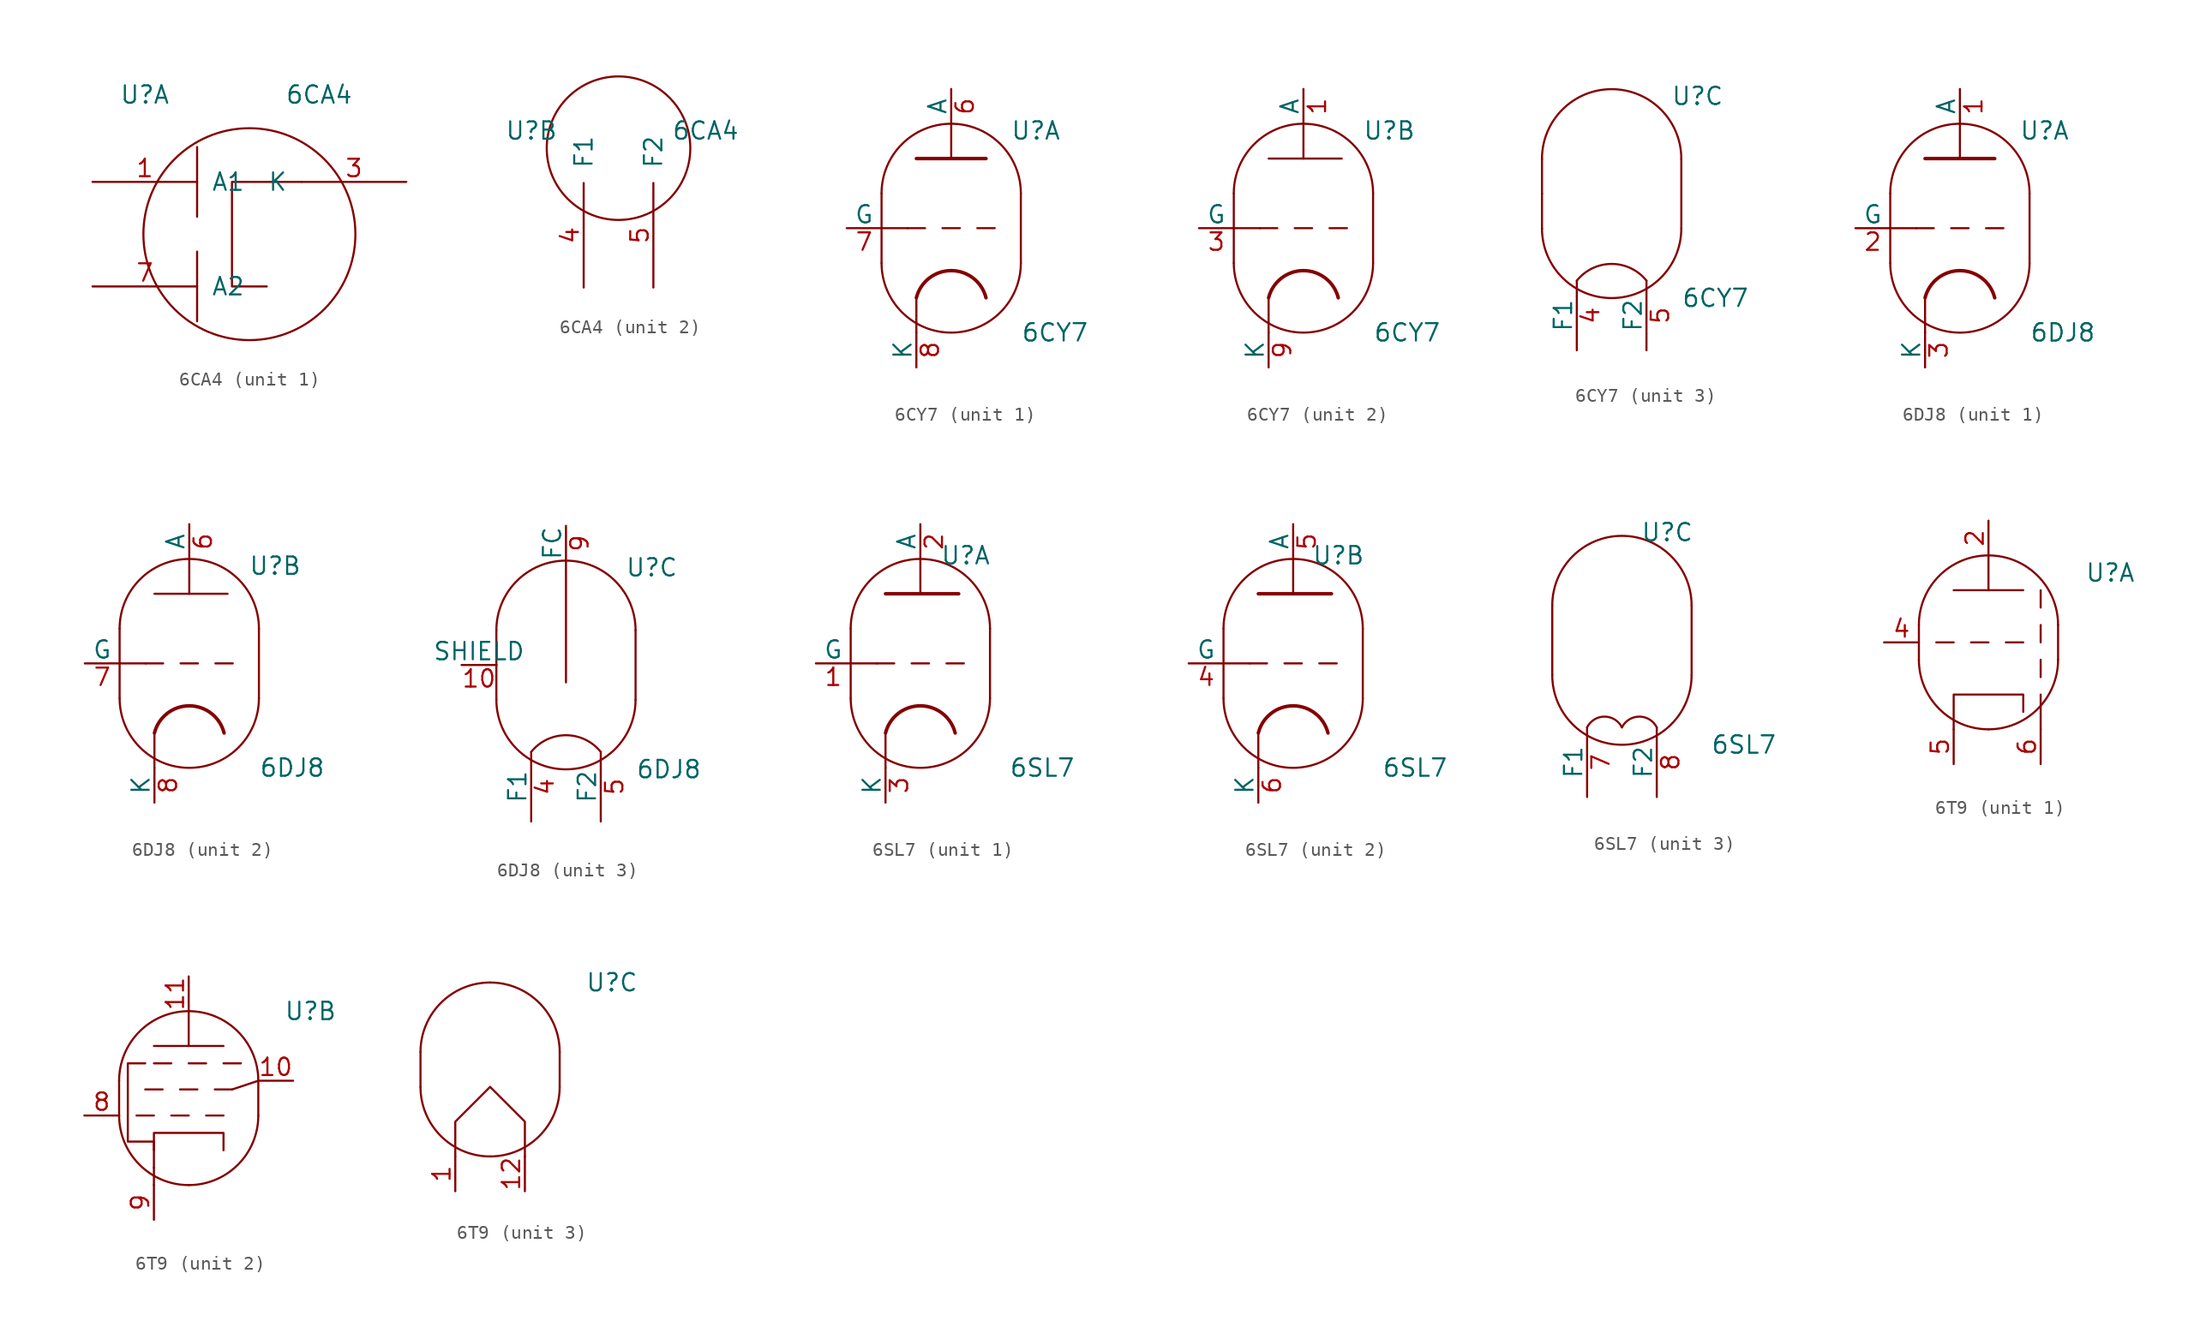
<source format=kicad_sym>
(kicad_symbol_lib
  (version 20220914)
  (generator kicad_symbol_editor)
  (symbol "6CA4"
    (pin_names
      (offset 1.016))
    (property "Reference" "U"
      (at 6.35 6.35 0)
      (effects (font (size 1.27 1.27))))
    (property "Value" "6CA4"
      (at 19.05 6.35 0)
      (effects (font (size 1.27 1.27))))
    (property "ki_locked" ""
      (at 0 0 0)
      (effects (font (size 1.27 1.27))))
    (symbol "6CA4_1_1"
      (polyline (pts (xy 10.16 -10.16) (xy 10.16 -5.08)) (stroke (width 0) (type solid)) (fill (type none)))
      (polyline (pts (xy 10.16 2.54) (xy 10.16 -2.54)) (stroke (width 0) (type solid)) (fill (type none)))
      (polyline (pts (xy 17.78 0) (xy 12.7 0) (xy 12.7 -7.62) (xy 15.24 -7.62)) (stroke (width 0) (type solid)) (fill (type none)))
      (circle (center 13.97 -3.81) (radius 7.722) (stroke (width 0) (type solid)) (fill (type none)))
      (pin passive line (at 2.54 0 0) (length 7.62) (name "A1" (effects (font (size 1.27 1.27)))) (number "1" (effects (font (size 1.27 1.27)))))
      (pin passive line (at 25.4 0 180) (length 7.62) (name "K" (effects (font (size 1.27 1.27)))) (number "3" (effects (font (size 1.27 1.27)))))
      (pin passive line (at 2.54 -7.62 0) (length 7.62) (name "A2" (effects (font (size 1.27 1.27)))) (number "7" (effects (font (size 1.27 1.27))))))
    (symbol "6CA4_2_1"
      (circle (center 12.7 5.08) (radius 5.232) (stroke (width 0) (type solid)) (fill (type none)))
      (pin passive line (at 10.16 -5.08 90) (length 7.62) (name "F1" (effects (font (size 1.27 1.27)))) (number "4" (effects (font (size 1.27 1.27)))))
      (pin passive line (at 15.24 -5.08 90) (length 7.62) (name "F2" (effects (font (size 1.27 1.27)))) (number "5" (effects (font (size 1.27 1.27)))))))
  (symbol "6CY7"
    (pin_names
      (offset 0))
    (property "Reference" "U"
      (at 4.318 7.112 0)
      (effects (font (size 1.27 1.27)) (justify left)))
    (property "Value" "6CY7"
      (at 5.08 -7.62 0)
      (effects (font (size 1.27 1.27)) (justify left)))
    (property "ki_locked" ""
      (at 0 0 0)
      (effects (font (size 1.27 1.27))))
    (symbol "6CY7_0_1"
      (arc (start -5.08 -2.54) (mid 0 -7.5979) (end 5.08 -2.54) (stroke (width 0) (type solid)) (fill (type none)))
      (polyline (pts (xy -5.08 0) (xy -5.08 -2.54)) (stroke (width 0) (type solid)) (fill (type none)))
      (polyline (pts (xy -5.08 2.54) (xy -5.08 0)) (stroke (width 0) (type solid)) (fill (type none)))
      (polyline (pts (xy 5.08 2.54) (xy 5.08 -2.54)) (stroke (width 0) (type solid)) (fill (type none)))
      (arc (start 5.08 2.54) (mid 0 7.5979) (end -5.08 2.54) (stroke (width 0) (type solid)) (fill (type none))))
    (symbol "6CY7_1_0"
      (polyline (pts (xy -2.54 -5.08) (xy -2.54 -7.62)) (stroke (width 0) (type solid)) (fill (type none)))
      (polyline (pts (xy 0 5.08) (xy 0 7.62)) (stroke (width 0) (type solid)) (fill (type none))))
    (symbol "6CY7_1_1"
      (polyline (pts (xy -5.08 0) (xy -3.175 0)) (stroke (width 0) (type solid)) (fill (type none)))
      (polyline (pts (xy -1.905 0) (xy -3.175 0)) (stroke (width 0.152) (type solid)) (fill (type none)))
      (polyline (pts (xy -0.635 0) (xy 0.635 0)) (stroke (width 0.152) (type solid)) (fill (type none)))
      (polyline (pts (xy 1.905 0) (xy 3.175 0)) (stroke (width 0.152) (type solid)) (fill (type none)))
      (polyline (pts (xy -2.54 5.08) (xy 2.54 5.08) (xy 2.54 5.08)) (stroke (width 0.254) (type solid)) (fill (type none)))
      (arc (start 2.54 -5.08) (mid 0 -3.0968) (end -2.54 -5.08) (stroke (width 0.254) (type solid)) (fill (type none)))
      (pin output line (at 0 10.16 270) (length 2.54) (name "A" (effects (font (size 1.27 1.27)))) (number "6" (effects (font (size 1.27 1.27)))))
      (pin input line (at -7.62 0 0) (length 2.54) (name "G" (effects (font (size 1.27 1.27)))) (number "7" (effects (font (size 1.27 1.27)))))
      (pin bidirectional line (at -2.54 -10.16 90) (length 2.54) (name "K" (effects (font (size 1.27 1.27)))) (number "8" (effects (font (size 1.27 1.27))))))
    (symbol "6CY7_2_0"
      (polyline (pts (xy -5.08 0) (xy -3.175 0)) (stroke (width 0) (type solid)) (fill (type none)))
      (polyline (pts (xy -2.54 -5.08) (xy -2.54 -7.62)) (stroke (width 0) (type solid)) (fill (type none)))
      (polyline (pts (xy -1.905 0) (xy -3.175 0)) (stroke (width 0.152) (type solid)) (fill (type none)))
      (polyline (pts (xy -0.635 0) (xy 0.635 0)) (stroke (width 0.152) (type solid)) (fill (type none)))
      (polyline (pts (xy 0 5.08) (xy 0 7.62)) (stroke (width 0) (type solid)) (fill (type none)))
      (polyline (pts (xy 1.905 0) (xy 3.175 0)) (stroke (width 0.152) (type solid)) (fill (type none)))
      (polyline (pts (xy 2.794 5.08) (xy -2.54 5.08) (xy -2.54 5.08)) (stroke (width 0.152) (type solid)) (fill (type none))))
    (symbol "6CY7_2_1"
      (arc (start 2.54 -5.08) (mid 0 -3.0968) (end -2.54 -5.08) (stroke (width 0.254) (type solid)) (fill (type none)))
      (pin output line (at 0 10.16 270) (length 2.54) (name "A" (effects (font (size 1.27 1.27)))) (number "1" (effects (font (size 1.27 1.27)))))
      (pin input line (at -7.62 0 0) (length 2.54) (name "G" (effects (font (size 1.27 1.27)))) (number "3" (effects (font (size 1.27 1.27)))))
      (pin bidirectional line (at -2.54 -10.16 90) (length 2.54) (name "K" (effects (font (size 1.27 1.27)))) (number "9" (effects (font (size 1.27 1.27))))))
    (symbol "6CY7_3_1"
      (arc (start 2.54 -6.35) (mid 0 -5.1292) (end -2.54 -6.35) (stroke (width 0) (type solid)) (fill (type none)))
      (pin power_in line (at -2.54 -11.43 90) (length 5.08) (name "F1" (effects (font (size 1.27 1.27)))) (number "4" (effects (font (size 1.27 1.27)))))
      (pin power_in line (at 2.54 -11.43 90) (length 5.08) (name "F2" (effects (font (size 1.27 1.27)))) (number "5" (effects (font (size 1.27 1.27)))))))
  (symbol "6DJ8"
    (pin_names
      (offset 0))
    (property "Reference" "U"
      (at 4.318 7.112 0)
      (effects (font (size 1.27 1.27)) (justify left)))
    (property "Value" "6DJ8"
      (at 5.08 -7.62 0)
      (effects (font (size 1.27 1.27)) (justify left)))
    (property "ki_locked" ""
      (at 0 0 0)
      (effects (font (size 1.27 1.27))))
    (symbol "6DJ8_0_1"
      (arc (start -5.08 -2.54) (mid 0 -7.5979) (end 5.08 -2.54) (stroke (width 0) (type solid)) (fill (type none)))
      (polyline (pts (xy -5.08 0) (xy -5.08 -2.54)) (stroke (width 0) (type solid)) (fill (type none)))
      (polyline (pts (xy -5.08 2.54) (xy -5.08 0)) (stroke (width 0) (type solid)) (fill (type none)))
      (polyline (pts (xy 5.08 2.54) (xy 5.08 -2.54)) (stroke (width 0) (type solid)) (fill (type none)))
      (arc (start 5.08 2.54) (mid 0 7.5979) (end -5.08 2.54) (stroke (width 0) (type solid)) (fill (type none))))
    (symbol "6DJ8_1_0"
      (polyline (pts (xy -2.54 -5.08) (xy -2.54 -7.62)) (stroke (width 0) (type solid)) (fill (type none)))
      (polyline (pts (xy 0 5.08) (xy 0 7.62)) (stroke (width 0) (type solid)) (fill (type none))))
    (symbol "6DJ8_1_1"
      (polyline (pts (xy -5.08 0) (xy -3.175 0)) (stroke (width 0) (type solid)) (fill (type none)))
      (polyline (pts (xy -1.905 0) (xy -3.175 0)) (stroke (width 0.152) (type solid)) (fill (type none)))
      (polyline (pts (xy -0.635 0) (xy 0.635 0)) (stroke (width 0.152) (type solid)) (fill (type none)))
      (polyline (pts (xy 1.905 0) (xy 3.175 0)) (stroke (width 0.152) (type solid)) (fill (type none)))
      (polyline (pts (xy -2.54 5.08) (xy 2.54 5.08) (xy 2.54 5.08)) (stroke (width 0.254) (type solid)) (fill (type none)))
      (arc (start 2.54 -5.08) (mid 0 -3.0968) (end -2.54 -5.08) (stroke (width 0.254) (type solid)) (fill (type none)))
      (pin output line (at 0 10.16 270) (length 2.54) (name "A" (effects (font (size 1.27 1.27)))) (number "1" (effects (font (size 1.27 1.27)))))
      (pin input line (at -7.62 0 0) (length 2.54) (name "G" (effects (font (size 1.27 1.27)))) (number "2" (effects (font (size 1.27 1.27)))))
      (pin bidirectional line (at -2.54 -10.16 90) (length 2.54) (name "K" (effects (font (size 1.27 1.27)))) (number "3" (effects (font (size 1.27 1.27))))))
    (symbol "6DJ8_2_0"
      (polyline (pts (xy -5.08 0) (xy -3.175 0)) (stroke (width 0) (type solid)) (fill (type none)))
      (polyline (pts (xy -2.54 -5.08) (xy -2.54 -7.62)) (stroke (width 0) (type solid)) (fill (type none)))
      (polyline (pts (xy -1.905 0) (xy -3.175 0)) (stroke (width 0.152) (type solid)) (fill (type none)))
      (polyline (pts (xy -0.635 0) (xy 0.635 0)) (stroke (width 0.152) (type solid)) (fill (type none)))
      (polyline (pts (xy 0 5.08) (xy 0 7.62)) (stroke (width 0) (type solid)) (fill (type none)))
      (polyline (pts (xy 1.905 0) (xy 3.175 0)) (stroke (width 0.152) (type solid)) (fill (type none)))
      (polyline (pts (xy 2.794 5.08) (xy -2.54 5.08) (xy -2.54 5.08)) (stroke (width 0.152) (type solid)) (fill (type none))))
    (symbol "6DJ8_2_1"
      (arc (start 2.54 -5.08) (mid 0 -3.0968) (end -2.54 -5.08) (stroke (width 0.254) (type solid)) (fill (type none)))
      (pin output line (at 0 10.16 270) (length 2.54) (name "A" (effects (font (size 1.27 1.27)))) (number "6" (effects (font (size 1.27 1.27)))))
      (pin input line (at -7.62 0 0) (length 2.54) (name "G" (effects (font (size 1.27 1.27)))) (number "7" (effects (font (size 1.27 1.27)))))
      (pin bidirectional line (at -2.54 -10.16 90) (length 2.54) (name "K" (effects (font (size 1.27 1.27)))) (number "8" (effects (font (size 1.27 1.27))))))
    (symbol "6DJ8_3_1"
      (polyline (pts (xy 0 7.62) (xy 0 -1.27)) (stroke (width 0) (type solid)) (fill (type none)))
      (arc (start 2.54 -6.35) (mid 0 -5.1292) (end -2.54 -6.35) (stroke (width 0) (type solid)) (fill (type none)))
      (pin input line (at -7.62 0 0) (length 2.54) (name "SHIELD" (effects (font (size 1.27 1.27)))) (number "10" (effects (font (size 1.27 1.27)))))
      (pin power_in line (at -2.54 -11.43 90) (length 5.08) (name "F1" (effects (font (size 1.27 1.27)))) (number "4" (effects (font (size 1.27 1.27)))))
      (pin power_in line (at 2.54 -11.43 90) (length 5.08) (name "F2" (effects (font (size 1.27 1.27)))) (number "5" (effects (font (size 1.27 1.27)))))
      (pin bidirectional line (at 0 10.16 270) (length 2.54) (name "FC" (effects (font (size 1.27 1.27)))) (number "9" (effects (font (size 1.27 1.27)))))))
  (symbol "6SL7"
    (pin_names
      (offset 0))
    (property "Reference" "U"
      (at 3.302 7.874 0)
      (effects (font (size 1.27 1.27))))
    (property "Value" "6SL7"
      (at 8.89 -7.62 0)
      (effects (font (size 1.27 1.27))))
    (property "ki_locked" ""
      (at 0 0 0)
      (effects (font (size 1.27 1.27))))
    (symbol "6SL7_0_1"
      (arc (start -5.08 -2.54) (mid 0 -7.5979) (end 5.08 -2.54) (stroke (width 0) (type solid)) (fill (type none)))
      (polyline (pts (xy 5.08 2.54) (xy 5.08 -2.54)) (stroke (width 0) (type solid)) (fill (type none)))
      (polyline (pts (xy -5.08 2.54) (xy -5.08 -2.54) (xy -5.08 -2.54)) (stroke (width 0) (type solid)) (fill (type none)))
      (arc (start 5.08 2.54) (mid 0 7.5979) (end -5.08 2.54) (stroke (width 0) (type solid)) (fill (type none))))
    (symbol "6SL7_1_0"
      (polyline (pts (xy -2.54 -5.08) (xy -2.54 -7.62)) (stroke (width 0) (type solid)) (fill (type none)))
      (polyline (pts (xy 0 5.08) (xy 0 7.62)) (stroke (width 0) (type solid)) (fill (type none))))
    (symbol "6SL7_1_1"
      (polyline (pts (xy -5.08 0) (xy -3.175 0)) (stroke (width 0) (type solid)) (fill (type none)))
      (polyline (pts (xy -1.905 0) (xy -3.175 0)) (stroke (width 0.152) (type solid)) (fill (type none)))
      (polyline (pts (xy -0.635 0) (xy 0.635 0)) (stroke (width 0.152) (type solid)) (fill (type none)))
      (polyline (pts (xy 1.905 0) (xy 3.175 0)) (stroke (width 0.152) (type solid)) (fill (type none)))
      (polyline (pts (xy -2.54 5.08) (xy 2.794 5.08) (xy 2.794 5.08)) (stroke (width 0.254) (type solid)) (fill (type none)))
      (arc (start 2.54 -5.08) (mid 0 -3.0968) (end -2.54 -5.08) (stroke (width 0.254) (type solid)) (fill (type none)))
      (pin input line (at -7.62 0 0) (length 2.54) (name "G" (effects (font (size 1.27 1.27)))) (number "1" (effects (font (size 1.27 1.27)))))
      (pin output line (at 0 10.16 270) (length 2.54) (name "A" (effects (font (size 1.27 1.27)))) (number "2" (effects (font (size 1.27 1.27)))))
      (pin bidirectional line (at -2.54 -10.16 90) (length 2.54) (name "K" (effects (font (size 1.27 1.27)))) (number "3" (effects (font (size 1.27 1.27))))))
    (symbol "6SL7_2_0"
      (polyline (pts (xy -2.54 -5.08) (xy -2.54 -7.62)) (stroke (width 0) (type solid)) (fill (type none)))
      (polyline (pts (xy 0 5.08) (xy 0 7.62)) (stroke (width 0) (type solid)) (fill (type none))))
    (symbol "6SL7_2_1"
      (polyline (pts (xy -5.08 0) (xy -3.175 0)) (stroke (width 0) (type solid)) (fill (type none)))
      (polyline (pts (xy -1.905 0) (xy -3.175 0)) (stroke (width 0.152) (type solid)) (fill (type none)))
      (polyline (pts (xy -0.635 0) (xy 0.635 0)) (stroke (width 0.152) (type solid)) (fill (type none)))
      (polyline (pts (xy 1.905 0) (xy 3.175 0)) (stroke (width 0.152) (type solid)) (fill (type none)))
      (polyline (pts (xy -2.54 5.08) (xy 2.794 5.08) (xy 2.794 5.08)) (stroke (width 0.254) (type solid)) (fill (type none)))
      (arc (start 2.54 -5.08) (mid 0 -3.0968) (end -2.54 -5.08) (stroke (width 0.254) (type solid)) (fill (type none)))
      (pin input line (at -7.62 0 0) (length 2.54) (name "G" (effects (font (size 1.27 1.27)))) (number "4" (effects (font (size 1.27 1.27)))))
      (pin output line (at 0 10.16 270) (length 2.54) (name "A" (effects (font (size 1.27 1.27)))) (number "5" (effects (font (size 1.27 1.27)))))
      (pin bidirectional line (at -2.54 -10.16 90) (length 2.54) (name "K" (effects (font (size 1.27 1.27)))) (number "6" (effects (font (size 1.27 1.27))))))
    (symbol "6SL7_3_1"
      (arc (start 0 -6.35) (mid -1.27 -5.5651) (end -2.54 -6.35) (stroke (width 0) (type solid)) (fill (type none)))
      (arc (start 2.54 -6.35) (mid 1.27 -5.5651) (end 0 -6.35) (stroke (width 0) (type solid)) (fill (type none)))
      (pin power_in line (at -2.54 -11.43 90) (length 5.08) (name "F1" (effects (font (size 1.27 1.27)))) (number "7" (effects (font (size 1.27 1.27)))))
      (pin power_in line (at 2.54 -11.43 90) (length 5.08) (name "F2" (effects (font (size 1.27 1.27)))) (number "8" (effects (font (size 1.27 1.27)))))))
  (symbol "6T9"
    (pin_names
      (offset 0) hide)
    (property "Reference" "U"
      (at 8.89 6.35 0)
      (effects (font (size 1.27 1.27))))
    (property "Value" ""
      (at 0 0 0)
      (effects (font (size 1.27 1.27))))
    (property "ki_locked" ""
      (at 0 0 0)
      (effects (font (size 1.27 1.27))))
    (symbol "6T9_1_1"
      (arc (start -5.08 0) (mid -3.5921 -3.5921) (end 0 -5.08) (stroke (width 0) (type default)) (fill (type none)))
      (arc (start 0 -5.08) (mid 3.5921 -3.5921) (end 5.08 0) (stroke (width 0) (type default)) (fill (type none)))
      (polyline (pts (xy -5.08 2.54) (xy -5.08 0)) (stroke (width 0) (type default)) (fill (type none)))
      (polyline (pts (xy -3.81 1.27) (xy -2.54 1.27)) (stroke (width 0) (type default)) (fill (type none)))
      (polyline (pts (xy -1.27 1.27) (xy 0 1.27)) (stroke (width 0) (type default)) (fill (type none)))
      (polyline (pts (xy 0 7.62) (xy 0 5.08)) (stroke (width 0) (type default)) (fill (type none)))
      (polyline (pts (xy 1.27 1.27) (xy 2.54 1.27)) (stroke (width 0) (type default)) (fill (type none)))
      (polyline (pts (xy 2.54 5.08) (xy -2.54 5.08)) (stroke (width 0) (type default)) (fill (type none)))
      (polyline (pts (xy 3.81 -2.54) (xy 3.81 -5.08)) (stroke (width 0) (type default)) (fill (type none)))
      (polyline (pts (xy 3.81 0) (xy 3.81 -1.27)) (stroke (width 0) (type default)) (fill (type none)))
      (polyline (pts (xy 3.81 2.54) (xy 3.81 1.27)) (stroke (width 0) (type default)) (fill (type none)))
      (polyline (pts (xy 3.81 5.08) (xy 3.81 3.81)) (stroke (width 0) (type default)) (fill (type none)))
      (polyline (pts (xy 5.08 2.54) (xy 5.08 0)) (stroke (width 0) (type default)) (fill (type none)))
      (polyline (pts (xy -2.54 -5.08) (xy -2.54 -2.54) (xy 2.54 -2.54) (xy 2.54 -3.81)) (stroke (width 0) (type default)) (fill (type none)))
      (arc (start 0 7.62) (mid -3.5921 6.1321) (end -5.08 2.54) (stroke (width 0) (type default)) (fill (type none)))
      (arc (start 5.08 2.54) (mid 3.5921 6.1321) (end 0 7.62) (stroke (width 0) (type default)) (fill (type none)))
      (pin output line (at 0 10.16 270) (length 2.54) (name "P2" (effects (font (size 1.27 1.27)))) (number "2" (effects (font (size 1.27 1.27)))))
      (pin input line (at -7.62 1.27 0) (length 2.54) (name "G1" (effects (font (size 1.27 1.27)))) (number "4" (effects (font (size 1.27 1.27)))))
      (pin power_in line (at -2.54 -7.62 90) (length 2.54) (name "K1" (effects (font (size 1.27 1.27)))) (number "5" (effects (font (size 1.27 1.27)))))
      (pin passive line (at 3.81 -7.62 90) (length 2.54) (name "IS" (effects (font (size 1.27 1.27)))) (number "6" (effects (font (size 1.27 1.27))))))
    (symbol "6T9_2_1"
      (arc (start -5.08 -1.27) (mid -3.5921 -4.8621) (end 0 -6.35) (stroke (width 0) (type default)) (fill (type none)))
      (arc (start 0 -6.35) (mid 3.5921 -4.8621) (end 5.08 -1.27) (stroke (width 0) (type default)) (fill (type none)))
      (polyline (pts (xy -5.08 1.27) (xy -5.08 -1.27)) (stroke (width 0) (type default)) (fill (type none)))
      (polyline (pts (xy -3.81 -1.27) (xy -2.54 -1.27)) (stroke (width 0) (type default)) (fill (type none)))
      (polyline (pts (xy -2.54 -6.35) (xy -2.54 -5.08)) (stroke (width 0) (type default)) (fill (type none)))
      (polyline (pts (xy -1.905 0.635) (xy -3.175 0.635)) (stroke (width 0) (type default)) (fill (type none)))
      (polyline (pts (xy -1.27 -1.27) (xy 0 -1.27)) (stroke (width 0) (type default)) (fill (type none)))
      (polyline (pts (xy -1.27 2.54) (xy -2.54 2.54)) (stroke (width 0) (type default)) (fill (type none)))
      (polyline (pts (xy 0 6.35) (xy 0 3.81)) (stroke (width 0) (type default)) (fill (type none)))
      (polyline (pts (xy 0.635 0.635) (xy -0.635 0.635)) (stroke (width 0) (type default)) (fill (type none)))
      (polyline (pts (xy 1.27 -1.27) (xy 2.54 -1.27)) (stroke (width 0) (type default)) (fill (type none)))
      (polyline (pts (xy 1.27 2.54) (xy 0 2.54)) (stroke (width 0) (type default)) (fill (type none)))
      (polyline (pts (xy 2.54 3.81) (xy -2.54 3.81)) (stroke (width 0) (type default)) (fill (type none)))
      (polyline (pts (xy 3.175 0.635) (xy 1.905 0.635)) (stroke (width 0) (type default)) (fill (type none)))
      (polyline (pts (xy 3.175 0.635) (xy 5.08 1.27)) (stroke (width 0) (type default)) (fill (type none)))
      (polyline (pts (xy 3.81 2.54) (xy 2.54 2.54)) (stroke (width 0) (type default)) (fill (type none)))
      (polyline (pts (xy 5.08 1.27) (xy 5.08 -1.27)) (stroke (width 0) (type default)) (fill (type none)))
      (polyline (pts (xy -2.54 -5.08) (xy -2.54 -2.54) (xy 2.54 -2.54) (xy 2.54 -3.81)) (stroke (width 0) (type default)) (fill (type none)))
      (polyline (pts (xy -3.175 2.54) (xy -4.445 2.54) (xy -4.445 -3.175) (xy -2.54 -3.175) (xy -2.54 -3.81)) (stroke (width 0) (type default)) (fill (type none)))
      (arc (start 0 6.35) (mid -3.5921 4.8621) (end -5.08 1.27) (stroke (width 0) (type default)) (fill (type none)))
      (arc (start 5.08 1.27) (mid 3.5921 4.8621) (end 0 6.35) (stroke (width 0) (type default)) (fill (type none)))
      (pin input line (at 7.62 1.27 180) (length 2.54) (name "S" (effects (font (size 1.27 1.27)))) (number "10" (effects (font (size 1.27 1.27)))))
      (pin output line (at 0 8.89 270) (length 2.54) (name "P2" (effects (font (size 1.27 1.27)))) (number "11" (effects (font (size 1.27 1.27)))))
      (pin input line (at -7.62 -1.27 0) (length 2.54) (name "G2" (effects (font (size 1.27 1.27)))) (number "8" (effects (font (size 1.27 1.27)))))
      (pin power_in line (at -2.54 -8.89 90) (length 2.54) (name "K2" (effects (font (size 1.27 1.27)))) (number "9" (effects (font (size 1.27 1.27))))))
    (symbol "6T9_3_1"
      (arc (start -5.08 -1.27) (mid -3.5921 -4.8621) (end 0 -6.35) (stroke (width 0) (type default)) (fill (type none)))
      (arc (start 0 -6.35) (mid 3.5921 -4.8621) (end 5.08 -1.27) (stroke (width 0) (type default)) (fill (type none)))
      (polyline (pts (xy -5.08 1.27) (xy -5.08 -1.27)) (stroke (width 0) (type default)) (fill (type none)))
      (polyline (pts (xy 5.08 1.27) (xy 5.08 -1.27)) (stroke (width 0) (type default)) (fill (type none)))
      (polyline (pts (xy -2.54 -6.35) (xy -2.54 -3.81) (xy 0 -1.27) (xy 2.54 -3.81) (xy 2.54 -6.35)) (stroke (width 0) (type default)) (fill (type none)))
      (arc (start 0 6.35) (mid -3.5921 4.8621) (end -5.08 1.27) (stroke (width 0) (type default)) (fill (type none)))
      (arc (start 5.08 1.27) (mid 3.5921 4.8621) (end 0 6.35) (stroke (width 0) (type default)) (fill (type none)))
      (pin power_in line (at -2.54 -8.89 90) (length 2.54) (name "H1" (effects (font (size 1.27 1.27)))) (number "1" (effects (font (size 1.27 1.27)))))
      (pin power_in line (at 2.54 -8.89 90) (length 2.54) (name "H2" (effects (font (size 1.27 1.27)))) (number "12" (effects (font (size 1.27 1.27))))))))
</source>
